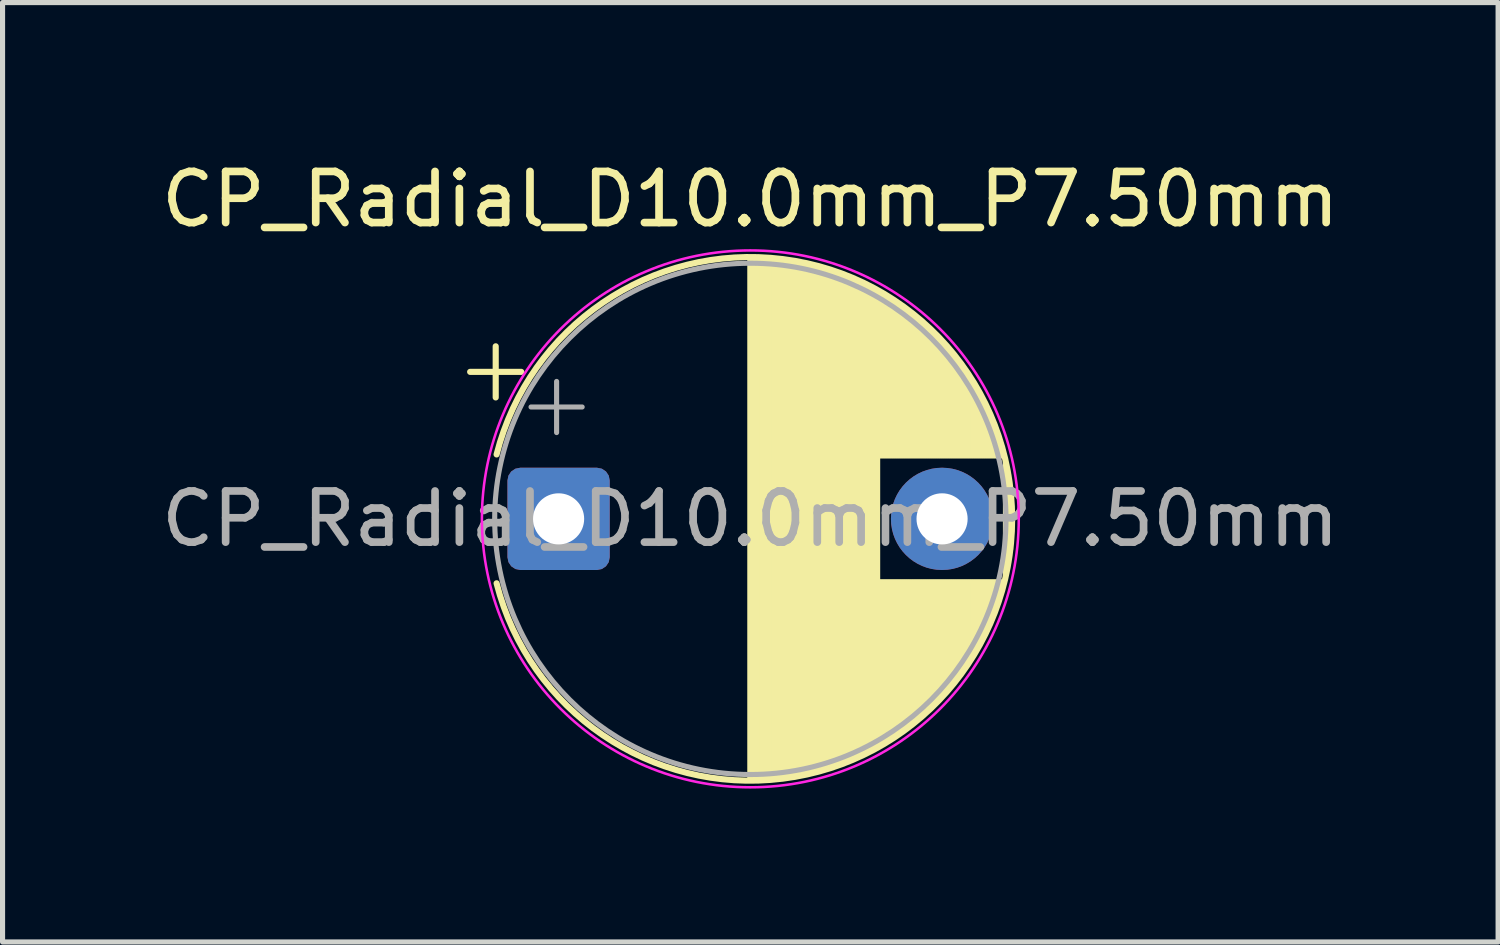
<source format=kicad_pcb>
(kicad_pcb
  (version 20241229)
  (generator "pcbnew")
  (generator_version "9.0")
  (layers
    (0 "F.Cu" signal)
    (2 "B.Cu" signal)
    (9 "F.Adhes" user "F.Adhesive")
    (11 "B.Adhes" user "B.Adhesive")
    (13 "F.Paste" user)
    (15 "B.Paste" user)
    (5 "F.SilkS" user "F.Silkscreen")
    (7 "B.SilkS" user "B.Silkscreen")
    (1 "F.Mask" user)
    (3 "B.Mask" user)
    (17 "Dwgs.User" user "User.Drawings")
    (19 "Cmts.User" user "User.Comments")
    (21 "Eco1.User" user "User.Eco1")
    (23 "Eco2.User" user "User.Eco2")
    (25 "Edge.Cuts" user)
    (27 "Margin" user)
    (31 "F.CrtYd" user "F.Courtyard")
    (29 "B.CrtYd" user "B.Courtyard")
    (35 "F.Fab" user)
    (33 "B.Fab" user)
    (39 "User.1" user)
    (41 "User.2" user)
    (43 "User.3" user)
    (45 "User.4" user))
  (footprint "CP_Radial_D10.0mm_P7.50mm"
    (layer "F.Cu")
    (at 7.875 7.098)
    (property "Reference" "CP_Radial_D10.0mm_P7.50mm" (at 3.75 -6.25 0) (layer "F.SilkS") (effects (font (size 1 1) (thickness 0.15))))
    (attr through_hole)
    (fp_line (start -1.73 -2.875) (end -0.73 -2.875) (stroke (width 0.12) (type solid)) (layer "F.SilkS"))
    (fp_line (start -1.23 -3.375) (end -1.23 -2.375) (stroke (width 0.12) (type solid)) (layer "F.SilkS"))
    (fp_line (start 3.75 -5.08) (end 3.75 5.08) (stroke (width 0.12) (type solid)) (layer "F.SilkS"))
    (fp_line (start 3.79 -5.08) (end 3.79 5.08) (stroke (width 0.12) (type solid)) (layer "F.SilkS"))
    (fp_line (start 3.83 -5.079) (end 3.83 5.079) (stroke (width 0.12) (type solid)) (layer "F.SilkS"))
    (fp_line (start 3.87 -5.079) (end 3.87 5.079) (stroke (width 0.12) (type solid)) (layer "F.SilkS"))
    (fp_line (start 3.91 -5.077) (end 3.91 5.077) (stroke (width 0.12) (type solid)) (layer "F.SilkS"))
    (fp_line (start 3.95 -5.076) (end 3.95 5.076) (stroke (width 0.12) (type solid)) (layer "F.SilkS"))
    (fp_line (start 3.99 -5.074) (end 3.99 5.074) (stroke (width 0.12) (type solid)) (layer "F.SilkS"))
    (fp_line (start 4.03 -5.072) (end 4.03 5.072) (stroke (width 0.12) (type solid)) (layer "F.SilkS"))
    (fp_line (start 4.07 -5.07) (end 4.07 5.07) (stroke (width 0.12) (type solid)) (layer "F.SilkS"))
    (fp_line (start 4.11 -5.067) (end 4.11 5.067) (stroke (width 0.12) (type solid)) (layer "F.SilkS"))
    (fp_line (start 4.15 -5.064) (end 4.15 5.064) (stroke (width 0.12) (type solid)) (layer "F.SilkS"))
    (fp_line (start 4.19 -5.061) (end 4.19 5.061) (stroke (width 0.12) (type solid)) (layer "F.SilkS"))
    (fp_line (start 4.23 -5.057) (end 4.23 5.057) (stroke (width 0.12) (type solid)) (layer "F.SilkS"))
    (fp_line (start 4.27 -5.054) (end 4.27 5.054) (stroke (width 0.12) (type solid)) (layer "F.SilkS"))
    (fp_line (start 4.31 -5.049) (end 4.31 5.049) (stroke (width 0.12) (type solid)) (layer "F.SilkS"))
    (fp_line (start 4.35 -5.045) (end 4.35 5.045) (stroke (width 0.12) (type solid)) (layer "F.SilkS"))
    (fp_line (start 4.39 -5.04) (end 4.39 5.04) (stroke (width 0.12) (type solid)) (layer "F.SilkS"))
    (fp_line (start 4.43 -5.035) (end 4.43 5.035) (stroke (width 0.12) (type solid)) (layer "F.SilkS"))
    (fp_line (start 4.47 -5.029) (end 4.47 5.029) (stroke (width 0.12) (type solid)) (layer "F.SilkS"))
    (fp_line (start 4.51 -5.023) (end 4.51 5.023) (stroke (width 0.12) (type solid)) (layer "F.SilkS"))
    (fp_line (start 4.55 -5.017) (end 4.55 5.017) (stroke (width 0.12) (type solid)) (layer "F.SilkS"))
    (fp_line (start 4.59 -5.011) (end 4.59 5.011) (stroke (width 0.12) (type solid)) (layer "F.SilkS"))
    (fp_line (start 4.63 -5.004) (end 4.63 5.004) (stroke (width 0.12) (type solid)) (layer "F.SilkS"))
    (fp_line (start 4.67 -4.997) (end 4.67 4.997) (stroke (width 0.12) (type solid)) (layer "F.SilkS"))
    (fp_line (start 4.71 -4.989) (end 4.71 4.989) (stroke (width 0.12) (type solid)) (layer "F.SilkS"))
    (fp_line (start 4.75 -4.981) (end 4.75 4.981) (stroke (width 0.12) (type solid)) (layer "F.SilkS"))
    (fp_line (start 4.79 -4.973) (end 4.79 4.973) (stroke (width 0.12) (type solid)) (layer "F.SilkS"))
    (fp_line (start 4.83 -4.965) (end 4.83 4.965) (stroke (width 0.12) (type solid)) (layer "F.SilkS"))
    (fp_line (start 4.87 -4.956) (end 4.87 4.956) (stroke (width 0.12) (type solid)) (layer "F.SilkS"))
    (fp_line (start 4.91 -4.947) (end 4.91 4.947) (stroke (width 0.12) (type solid)) (layer "F.SilkS"))
    (fp_line (start 4.95 -4.937) (end 4.95 4.937) (stroke (width 0.12) (type solid)) (layer "F.SilkS"))
    (fp_line (start 4.99 -4.928) (end 4.99 4.928) (stroke (width 0.12) (type solid)) (layer "F.SilkS"))
    (fp_line (start 5.03 -4.917) (end 5.03 4.917) (stroke (width 0.12) (type solid)) (layer "F.SilkS"))
    (fp_line (start 5.07 -4.907) (end 5.07 4.907) (stroke (width 0.12) (type solid)) (layer "F.SilkS"))
    (fp_line (start 5.11 -4.896) (end 5.11 4.896) (stroke (width 0.12) (type solid)) (layer "F.SilkS"))
    (fp_line (start 5.15 -4.885) (end 5.15 4.885) (stroke (width 0.12) (type solid)) (layer "F.SilkS"))
    (fp_line (start 5.19 -4.873) (end 5.19 4.873) (stroke (width 0.12) (type solid)) (layer "F.SilkS"))
    (fp_line (start 5.23 -4.861) (end 5.23 4.861) (stroke (width 0.12) (type solid)) (layer "F.SilkS"))
    (fp_line (start 5.27 -4.849) (end 5.27 4.849) (stroke (width 0.12) (type solid)) (layer "F.SilkS"))
    (fp_line (start 5.31 -4.837) (end 5.31 4.837) (stroke (width 0.12) (type solid)) (layer "F.SilkS"))
    (fp_line (start 5.35 -4.824) (end 5.35 4.824) (stroke (width 0.12) (type solid)) (layer "F.SilkS"))
    (fp_line (start 5.39 -4.81) (end 5.39 4.81) (stroke (width 0.12) (type solid)) (layer "F.SilkS"))
    (fp_line (start 5.43 -4.797) (end 5.43 4.797) (stroke (width 0.12) (type solid)) (layer "F.SilkS"))
    (fp_line (start 5.47 -4.782) (end 5.47 4.782) (stroke (width 0.12) (type solid)) (layer "F.SilkS"))
    (fp_line (start 5.51 -4.768) (end 5.51 4.768) (stroke (width 0.12) (type solid)) (layer "F.SilkS"))
    (fp_line (start 5.55 -4.753) (end 5.55 4.753) (stroke (width 0.12) (type solid)) (layer "F.SilkS"))
    (fp_line (start 5.59 -4.738) (end 5.59 4.738) (stroke (width 0.12) (type solid)) (layer "F.SilkS"))
    (fp_line (start 5.63 -4.722) (end 5.63 4.722) (stroke (width 0.12) (type solid)) (layer "F.SilkS"))
    (fp_line (start 5.67 -4.706) (end 5.67 4.706) (stroke (width 0.12) (type solid)) (layer "F.SilkS"))
    (fp_line (start 5.71 -4.69) (end 5.71 4.69) (stroke (width 0.12) (type solid)) (layer "F.SilkS"))
    (fp_line (start 5.75 -4.673) (end 5.75 4.673) (stroke (width 0.12) (type solid)) (layer "F.SilkS"))
    (fp_line (start 5.79 -4.656) (end 5.79 4.656) (stroke (width 0.12) (type solid)) (layer "F.SilkS"))
    (fp_line (start 5.83 -4.638) (end 5.83 4.638) (stroke (width 0.12) (type solid)) (layer "F.SilkS"))
    (fp_line (start 5.87 -4.62) (end 5.87 4.62) (stroke (width 0.12) (type solid)) (layer "F.SilkS"))
    (fp_line (start 5.91 -4.602) (end 5.91 4.602) (stroke (width 0.12) (type solid)) (layer "F.SilkS"))
    (fp_line (start 5.95 -4.583) (end 5.95 4.583) (stroke (width 0.12) (type solid)) (layer "F.SilkS"))
    (fp_line (start 5.99 -4.564) (end 5.99 4.564) (stroke (width 0.12) (type solid)) (layer "F.SilkS"))
    (fp_line (start 6.03 -4.544) (end 6.03 4.544) (stroke (width 0.12) (type solid)) (layer "F.SilkS"))
    (fp_line (start 6.07 -4.524) (end 6.07 4.524) (stroke (width 0.12) (type solid)) (layer "F.SilkS"))
    (fp_line (start 6.11 -4.504) (end 6.11 4.504) (stroke (width 0.12) (type solid)) (layer "F.SilkS"))
    (fp_line (start 6.15 -4.483) (end 6.15 4.483) (stroke (width 0.12) (type solid)) (layer "F.SilkS"))
    (fp_line (start 6.19 -4.461) (end 6.19 4.461) (stroke (width 0.12) (type solid)) (layer "F.SilkS"))
    (fp_line (start 6.23 -4.439) (end 6.23 4.439) (stroke (width 0.12) (type solid)) (layer "F.SilkS"))
    (fp_line (start 6.27 -4.417) (end 6.27 -1.24) (stroke (width 0.12) (type solid)) (layer "F.SilkS"))
    (fp_line (start 6.27 1.24) (end 6.27 4.417) (stroke (width 0.12) (type solid)) (layer "F.SilkS"))
    (fp_line (start 6.31 -4.394) (end 6.31 -1.24) (stroke (width 0.12) (type solid)) (layer "F.SilkS"))
    (fp_line (start 6.31 1.24) (end 6.31 4.394) (stroke (width 0.12) (type solid)) (layer "F.SilkS"))
    (fp_line (start 6.35 -4.371) (end 6.35 -1.24) (stroke (width 0.12) (type solid)) (layer "F.SilkS"))
    (fp_line (start 6.35 1.24) (end 6.35 4.371) (stroke (width 0.12) (type solid)) (layer "F.SilkS"))
    (fp_line (start 6.39 -4.347) (end 6.39 -1.24) (stroke (width 0.12) (type solid)) (layer "F.SilkS"))
    (fp_line (start 6.39 1.24) (end 6.39 4.347) (stroke (width 0.12) (type solid)) (layer "F.SilkS"))
    (fp_line (start 6.43 -4.323) (end 6.43 -1.24) (stroke (width 0.12) (type solid)) (layer "F.SilkS"))
    (fp_line (start 6.43 1.24) (end 6.43 4.323) (stroke (width 0.12) (type solid)) (layer "F.SilkS"))
    (fp_line (start 6.47 -4.298) (end 6.47 -1.24) (stroke (width 0.12) (type solid)) (layer "F.SilkS"))
    (fp_line (start 6.47 1.24) (end 6.47 4.298) (stroke (width 0.12) (type solid)) (layer "F.SilkS"))
    (fp_line (start 6.51 -4.272) (end 6.51 -1.24) (stroke (width 0.12) (type solid)) (layer "F.SilkS"))
    (fp_line (start 6.51 1.24) (end 6.51 4.272) (stroke (width 0.12) (type solid)) (layer "F.SilkS"))
    (fp_line (start 6.55 -4.247) (end 6.55 -1.24) (stroke (width 0.12) (type solid)) (layer "F.SilkS"))
    (fp_line (start 6.55 1.24) (end 6.55 4.247) (stroke (width 0.12) (type solid)) (layer "F.SilkS"))
    (fp_line (start 6.59 -4.22) (end 6.59 -1.24) (stroke (width 0.12) (type solid)) (layer "F.SilkS"))
    (fp_line (start 6.59 1.24) (end 6.59 4.22) (stroke (width 0.12) (type solid)) (layer "F.SilkS"))
    (fp_line (start 6.63 -4.193) (end 6.63 -1.24) (stroke (width 0.12) (type solid)) (layer "F.SilkS"))
    (fp_line (start 6.63 1.24) (end 6.63 4.193) (stroke (width 0.12) (type solid)) (layer "F.SilkS"))
    (fp_line (start 6.67 -4.166) (end 6.67 -1.24) (stroke (width 0.12) (type solid)) (layer "F.SilkS"))
    (fp_line (start 6.67 1.24) (end 6.67 4.166) (stroke (width 0.12) (type solid)) (layer "F.SilkS"))
    (fp_line (start 6.71 -4.138) (end 6.71 -1.24) (stroke (width 0.12) (type solid)) (layer "F.SilkS"))
    (fp_line (start 6.71 1.24) (end 6.71 4.138) (stroke (width 0.12) (type solid)) (layer "F.SilkS"))
    (fp_line (start 6.75 -4.109) (end 6.75 -1.24) (stroke (width 0.12) (type solid)) (layer "F.SilkS"))
    (fp_line (start 6.75 1.24) (end 6.75 4.109) (stroke (width 0.12) (type solid)) (layer "F.SilkS"))
    (fp_line (start 6.79 -4.08) (end 6.79 -1.24) (stroke (width 0.12) (type solid)) (layer "F.SilkS"))
    (fp_line (start 6.79 1.24) (end 6.79 4.08) (stroke (width 0.12) (type solid)) (layer "F.SilkS"))
    (fp_line (start 6.83 -4.05) (end 6.83 -1.24) (stroke (width 0.12) (type solid)) (layer "F.SilkS"))
    (fp_line (start 6.83 1.24) (end 6.83 4.05) (stroke (width 0.12) (type solid)) (layer "F.SilkS"))
    (fp_line (start 6.87 -4.02) (end 6.87 -1.24) (stroke (width 0.12) (type solid)) (layer "F.SilkS"))
    (fp_line (start 6.87 1.24) (end 6.87 4.02) (stroke (width 0.12) (type solid)) (layer "F.SilkS"))
    (fp_line (start 6.91 -3.988) (end 6.91 -1.24) (stroke (width 0.12) (type solid)) (layer "F.SilkS"))
    (fp_line (start 6.91 1.24) (end 6.91 3.988) (stroke (width 0.12) (type solid)) (layer "F.SilkS"))
    (fp_line (start 6.95 -3.957) (end 6.95 -1.24) (stroke (width 0.12) (type solid)) (layer "F.SilkS"))
    (fp_line (start 6.95 1.24) (end 6.95 3.957) (stroke (width 0.12) (type solid)) (layer "F.SilkS"))
    (fp_line (start 6.99 -3.924) (end 6.99 -1.24) (stroke (width 0.12) (type solid)) (layer "F.SilkS"))
    (fp_line (start 6.99 1.24) (end 6.99 3.924) (stroke (width 0.12) (type solid)) (layer "F.SilkS"))
    (fp_line (start 7.03 -3.891) (end 7.03 -1.24) (stroke (width 0.12) (type solid)) (layer "F.SilkS"))
    (fp_line (start 7.03 1.24) (end 7.03 3.891) (stroke (width 0.12) (type solid)) (layer "F.SilkS"))
    (fp_line (start 7.07 -3.858) (end 7.07 -1.24) (stroke (width 0.12) (type solid)) (layer "F.SilkS"))
    (fp_line (start 7.07 1.24) (end 7.07 3.858) (stroke (width 0.12) (type solid)) (layer "F.SilkS"))
    (fp_line (start 7.11 -3.823) (end 7.11 -1.24) (stroke (width 0.12) (type solid)) (layer "F.SilkS"))
    (fp_line (start 7.11 1.24) (end 7.11 3.823) (stroke (width 0.12) (type solid)) (layer "F.SilkS"))
    (fp_line (start 7.15 -3.788) (end 7.15 -1.24) (stroke (width 0.12) (type solid)) (layer "F.SilkS"))
    (fp_line (start 7.15 1.24) (end 7.15 3.788) (stroke (width 0.12) (type solid)) (layer "F.SilkS"))
    (fp_line (start 7.19 -3.752) (end 7.19 -1.24) (stroke (width 0.12) (type solid)) (layer "F.SilkS"))
    (fp_line (start 7.19 1.24) (end 7.19 3.752) (stroke (width 0.12) (type solid)) (layer "F.SilkS"))
    (fp_line (start 7.23 -3.716) (end 7.23 -1.24) (stroke (width 0.12) (type solid)) (layer "F.SilkS"))
    (fp_line (start 7.23 1.24) (end 7.23 3.716) (stroke (width 0.12) (type solid)) (layer "F.SilkS"))
    (fp_line (start 7.27 -3.678) (end 7.27 -1.24) (stroke (width 0.12) (type solid)) (layer "F.SilkS"))
    (fp_line (start 7.27 1.24) (end 7.27 3.678) (stroke (width 0.12) (type solid)) (layer "F.SilkS"))
    (fp_line (start 7.31 -3.64) (end 7.31 -1.24) (stroke (width 0.12) (type solid)) (layer "F.SilkS"))
    (fp_line (start 7.31 1.24) (end 7.31 3.64) (stroke (width 0.12) (type solid)) (layer "F.SilkS"))
    (fp_line (start 7.35 -3.601) (end 7.35 -1.24) (stroke (width 0.12) (type solid)) (layer "F.SilkS"))
    (fp_line (start 7.35 1.24) (end 7.35 3.601) (stroke (width 0.12) (type solid)) (layer "F.SilkS"))
    (fp_line (start 7.39 -3.561) (end 7.39 -1.24) (stroke (width 0.12) (type solid)) (layer "F.SilkS"))
    (fp_line (start 7.39 1.24) (end 7.39 3.561) (stroke (width 0.12) (type solid)) (layer "F.SilkS"))
    (fp_line (start 7.43 -3.52) (end 7.43 -1.24) (stroke (width 0.12) (type solid)) (layer "F.SilkS"))
    (fp_line (start 7.43 1.24) (end 7.43 3.52) (stroke (width 0.12) (type solid)) (layer "F.SilkS"))
    (fp_line (start 7.47 -3.478) (end 7.47 -1.24) (stroke (width 0.12) (type solid)) (layer "F.SilkS"))
    (fp_line (start 7.47 1.24) (end 7.47 3.478) (stroke (width 0.12) (type solid)) (layer "F.SilkS"))
    (fp_line (start 7.51 -3.435) (end 7.51 -1.24) (stroke (width 0.12) (type solid)) (layer "F.SilkS"))
    (fp_line (start 7.51 1.24) (end 7.51 3.435) (stroke (width 0.12) (type solid)) (layer "F.SilkS"))
    (fp_line (start 7.55 -3.391) (end 7.55 -1.24) (stroke (width 0.12) (type solid)) (layer "F.SilkS"))
    (fp_line (start 7.55 1.24) (end 7.55 3.391) (stroke (width 0.12) (type solid)) (layer "F.SilkS"))
    (fp_line (start 7.59 -3.347) (end 7.59 -1.24) (stroke (width 0.12) (type solid)) (layer "F.SilkS"))
    (fp_line (start 7.59 1.24) (end 7.59 3.347) (stroke (width 0.12) (type solid)) (layer "F.SilkS"))
    (fp_line (start 7.63 -3.301) (end 7.63 -1.24) (stroke (width 0.12) (type solid)) (layer "F.SilkS"))
    (fp_line (start 7.63 1.24) (end 7.63 3.301) (stroke (width 0.12) (type solid)) (layer "F.SilkS"))
    (fp_line (start 7.67 -3.254) (end 7.67 -1.24) (stroke (width 0.12) (type solid)) (layer "F.SilkS"))
    (fp_line (start 7.67 1.24) (end 7.67 3.254) (stroke (width 0.12) (type solid)) (layer "F.SilkS"))
    (fp_line (start 7.71 -3.205) (end 7.71 -1.24) (stroke (width 0.12) (type solid)) (layer "F.SilkS"))
    (fp_line (start 7.71 1.24) (end 7.71 3.205) (stroke (width 0.12) (type solid)) (layer "F.SilkS"))
    (fp_line (start 7.75 -3.156) (end 7.75 -1.24) (stroke (width 0.12) (type solid)) (layer "F.SilkS"))
    (fp_line (start 7.75 1.24) (end 7.75 3.156) (stroke (width 0.12) (type solid)) (layer "F.SilkS"))
    (fp_line (start 7.79 -3.105) (end 7.79 -1.24) (stroke (width 0.12) (type solid)) (layer "F.SilkS"))
    (fp_line (start 7.79 1.24) (end 7.79 3.105) (stroke (width 0.12) (type solid)) (layer "F.SilkS"))
    (fp_line (start 7.83 -3.053) (end 7.83 -1.24) (stroke (width 0.12) (type solid)) (layer "F.SilkS"))
    (fp_line (start 7.83 1.24) (end 7.83 3.053) (stroke (width 0.12) (type solid)) (layer "F.SilkS"))
    (fp_line (start 7.87 -3) (end 7.87 -1.24) (stroke (width 0.12) (type solid)) (layer "F.SilkS"))
    (fp_line (start 7.87 1.24) (end 7.87 3) (stroke (width 0.12) (type solid)) (layer "F.SilkS"))
    (fp_line (start 7.91 -2.945) (end 7.91 -1.24) (stroke (width 0.12) (type solid)) (layer "F.SilkS"))
    (fp_line (start 7.91 1.24) (end 7.91 2.945) (stroke (width 0.12) (type solid)) (layer "F.SilkS"))
    (fp_line (start 7.95 -2.888) (end 7.95 -1.24) (stroke (width 0.12) (type solid)) (layer "F.SilkS"))
    (fp_line (start 7.95 1.24) (end 7.95 2.888) (stroke (width 0.12) (type solid)) (layer "F.SilkS"))
    (fp_line (start 7.99 -2.83) (end 7.99 -1.24) (stroke (width 0.12) (type solid)) (layer "F.SilkS"))
    (fp_line (start 7.99 1.24) (end 7.99 2.83) (stroke (width 0.12) (type solid)) (layer "F.SilkS"))
    (fp_line (start 8.03 -2.77) (end 8.03 -1.24) (stroke (width 0.12) (type solid)) (layer "F.SilkS"))
    (fp_line (start 8.03 1.24) (end 8.03 2.77) (stroke (width 0.12) (type solid)) (layer "F.SilkS"))
    (fp_line (start 8.07 -2.708) (end 8.07 -1.24) (stroke (width 0.12) (type solid)) (layer "F.SilkS"))
    (fp_line (start 8.07 1.24) (end 8.07 2.708) (stroke (width 0.12) (type solid)) (layer "F.SilkS"))
    (fp_line (start 8.11 -2.644) (end 8.11 -1.24) (stroke (width 0.12) (type solid)) (layer "F.SilkS"))
    (fp_line (start 8.11 1.24) (end 8.11 2.644) (stroke (width 0.12) (type solid)) (layer "F.SilkS"))
    (fp_line (start 8.15 -2.578) (end 8.15 -1.24) (stroke (width 0.12) (type solid)) (layer "F.SilkS"))
    (fp_line (start 8.15 1.24) (end 8.15 2.578) (stroke (width 0.12) (type solid)) (layer "F.SilkS"))
    (fp_line (start 8.19 -2.51) (end 8.19 -1.24) (stroke (width 0.12) (type solid)) (layer "F.SilkS"))
    (fp_line (start 8.19 1.24) (end 8.19 2.51) (stroke (width 0.12) (type solid)) (layer "F.SilkS"))
    (fp_line (start 8.23 -2.439) (end 8.23 -1.24) (stroke (width 0.12) (type solid)) (layer "F.SilkS"))
    (fp_line (start 8.23 1.24) (end 8.23 2.439) (stroke (width 0.12) (type solid)) (layer "F.SilkS"))
    (fp_line (start 8.27 -2.365) (end 8.27 -1.24) (stroke (width 0.12) (type solid)) (layer "F.SilkS"))
    (fp_line (start 8.27 1.24) (end 8.27 2.365) (stroke (width 0.12) (type solid)) (layer "F.SilkS"))
    (fp_line (start 8.31 -2.288) (end 8.31 -1.24) (stroke (width 0.12) (type solid)) (layer "F.SilkS"))
    (fp_line (start 8.31 1.24) (end 8.31 2.288) (stroke (width 0.12) (type solid)) (layer "F.SilkS"))
    (fp_line (start 8.35 -2.208) (end 8.35 -1.24) (stroke (width 0.12) (type solid)) (layer "F.SilkS"))
    (fp_line (start 8.35 1.24) (end 8.35 2.208) (stroke (width 0.12) (type solid)) (layer "F.SilkS"))
    (fp_line (start 8.39 -2.124) (end 8.39 -1.24) (stroke (width 0.12) (type solid)) (layer "F.SilkS"))
    (fp_line (start 8.39 1.24) (end 8.39 2.124) (stroke (width 0.12) (type solid)) (layer "F.SilkS"))
    (fp_line (start 8.43 -2.037) (end 8.43 -1.24) (stroke (width 0.12) (type solid)) (layer "F.SilkS"))
    (fp_line (start 8.43 1.24) (end 8.43 2.037) (stroke (width 0.12) (type solid)) (layer "F.SilkS"))
    (fp_line (start 8.47 -1.944) (end 8.47 -1.24) (stroke (width 0.12) (type solid)) (layer "F.SilkS"))
    (fp_line (start 8.47 1.24) (end 8.47 1.944) (stroke (width 0.12) (type solid)) (layer "F.SilkS"))
    (fp_line (start 8.51 -1.846) (end 8.51 -1.24) (stroke (width 0.12) (type solid)) (layer "F.SilkS"))
    (fp_line (start 8.51 1.24) (end 8.51 1.846) (stroke (width 0.12) (type solid)) (layer "F.SilkS"))
    (fp_line (start 8.55 -1.742) (end 8.55 -1.24) (stroke (width 0.12) (type solid)) (layer "F.SilkS"))
    (fp_line (start 8.55 1.24) (end 8.55 1.742) (stroke (width 0.12) (type solid)) (layer "F.SilkS"))
    (fp_line (start 8.59 -1.63) (end 8.59 -1.24) (stroke (width 0.12) (type solid)) (layer "F.SilkS"))
    (fp_line (start 8.59 1.24) (end 8.59 1.63) (stroke (width 0.12) (type solid)) (layer "F.SilkS"))
    (fp_line (start 8.63 -1.509) (end 8.63 -1.24) (stroke (width 0.12) (type solid)) (layer "F.SilkS"))
    (fp_line (start 8.63 1.24) (end 8.63 1.509) (stroke (width 0.12) (type solid)) (layer "F.SilkS"))
    (fp_line (start 8.67 -1.377) (end 8.67 -1.24) (stroke (width 0.12) (type solid)) (layer "F.SilkS"))
    (fp_line (start 8.67 1.24) (end 8.67 1.377) (stroke (width 0.12) (type solid)) (layer "F.SilkS"))
    (fp_line (start 8.75 -1.062) (end 8.75 1.062) (stroke (width 0.12) (type solid)) (layer "F.SilkS"))
    (fp_line (start 8.79 -0.862) (end 8.79 0.862) (stroke (width 0.12) (type solid)) (layer "F.SilkS"))
    (fp_line (start 8.83 -0.599) (end 8.83 0.599) (stroke (width 0.12) (type solid)) (layer "F.SilkS"))
    (fp_arc (start -1.21254 -1.26) (mid 8.87 0) (end -1.21254 1.26) (stroke (width 0.12) (type solid)) (layer "F.SilkS"))
    (fp_circle (center 3.75 0) (end 9 0) (stroke (width 0.05) (type solid)) (fill no) (layer "F.CrtYd"))
    (fp_line (start -0.539 -2.188) (end 0.461 -2.188) (stroke (width 0.1) (type solid)) (layer "F.Fab"))
    (fp_line (start -0.039 -2.688) (end -0.039 -1.688) (stroke (width 0.1) (type solid)) (layer "F.Fab"))
    (fp_circle (center 3.75 0) (end 8.75 0) (stroke (width 0.1) (type solid)) (fill no) (layer "F.Fab"))
    (fp_text user "${REFERENCE}" (at 3.75 0 0) (layer "F.Fab") (effects (font (size 1 1) (thickness 0.15))))
    (pad "1" thru_hole roundrect (at 0 0) (size 2 2) (drill 1) (layers "*.Cu" "*.Mask") (roundrect_rratio 0.125))
    (pad "2" thru_hole circle (at 7.5 0) (size 2 2) (drill 1) (layers "*.Cu" "*.Mask")))
  (gr_rect
    (start -3 -3)
    (end 26.25 15.373)
    (stroke (width 0.1) (type default))
    (fill no)
    (layer "Edge.Cuts")))
</source>
